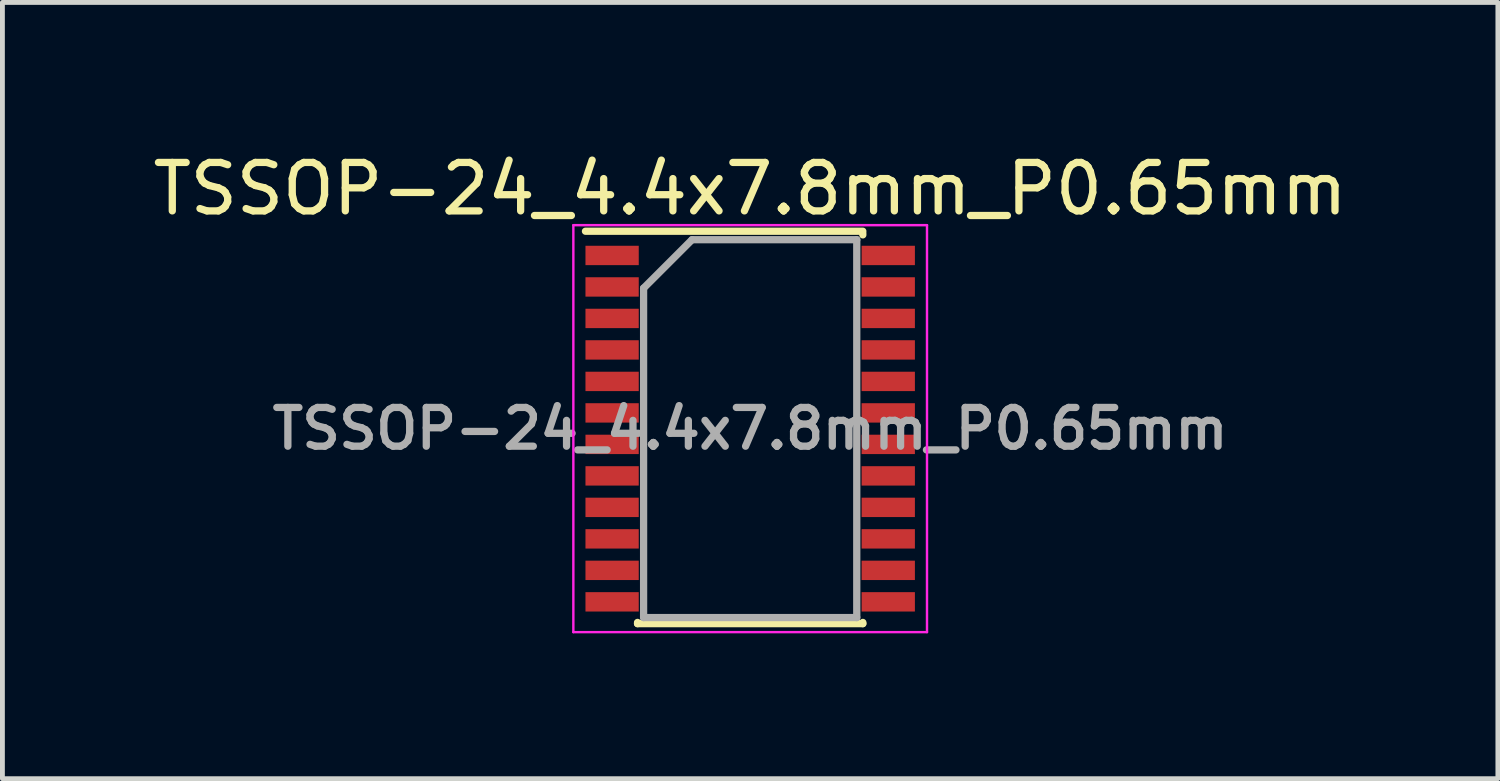
<source format=kicad_pcb>
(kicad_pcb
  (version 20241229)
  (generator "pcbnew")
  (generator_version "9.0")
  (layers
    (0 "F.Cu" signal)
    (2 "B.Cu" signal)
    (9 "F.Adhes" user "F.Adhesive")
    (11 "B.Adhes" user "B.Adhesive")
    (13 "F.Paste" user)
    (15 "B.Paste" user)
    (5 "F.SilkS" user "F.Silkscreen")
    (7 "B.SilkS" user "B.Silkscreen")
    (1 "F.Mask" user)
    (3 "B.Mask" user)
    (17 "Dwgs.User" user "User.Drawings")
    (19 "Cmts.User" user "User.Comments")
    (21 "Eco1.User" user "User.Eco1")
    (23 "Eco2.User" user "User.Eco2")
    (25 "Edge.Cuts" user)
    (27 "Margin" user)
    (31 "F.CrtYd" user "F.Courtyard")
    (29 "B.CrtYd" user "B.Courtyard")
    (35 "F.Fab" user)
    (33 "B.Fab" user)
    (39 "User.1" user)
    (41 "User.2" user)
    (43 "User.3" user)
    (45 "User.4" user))
  (footprint "TSSOP-24_4.4x7.8mm_P0.65mm"
    (layer "F.Cu")
    (at 12.435 5.798)
    (property "Reference" "TSSOP-24_4.4x7.8mm_P0.65mm" (at 0 -4.95 0) (layer "F.SilkS") (effects (font (size 1 1) (thickness 0.15))))
    (attr smd)
    (fp_line (start -3.4 -4.075) (end 2.325 -4.075) (stroke (width 0.15) (type solid)) (layer "F.SilkS"))
    (fp_line (start -2.325 4.025) (end -2.325 4) (stroke (width 0.15) (type solid)) (layer "F.SilkS"))
    (fp_line (start -2.325 4.025) (end 2.325 4.025) (stroke (width 0.15) (type solid)) (layer "F.SilkS"))
    (fp_line (start 2.325 -4.025) (end 2.325 -4) (stroke (width 0.15) (type solid)) (layer "F.SilkS"))
    (fp_line (start 2.325 4.025) (end 2.325 4) (stroke (width 0.15) (type solid)) (layer "F.SilkS"))
    (fp_line (start -3.65 -4.2) (end -3.65 4.2) (stroke (width 0.05) (type solid)) (layer "F.CrtYd"))
    (fp_line (start -3.65 -4.2) (end 3.65 -4.2) (stroke (width 0.05) (type solid)) (layer "F.CrtYd"))
    (fp_line (start -3.65 4.2) (end 3.65 4.2) (stroke (width 0.05) (type solid)) (layer "F.CrtYd"))
    (fp_line (start 3.65 -4.2) (end 3.65 4.2) (stroke (width 0.05) (type solid)) (layer "F.CrtYd"))
    (fp_line (start -2.2 -2.9) (end -1.2 -3.9) (stroke (width 0.15) (type solid)) (layer "F.Fab"))
    (fp_line (start -2.2 3.9) (end -2.2 -2.9) (stroke (width 0.15) (type solid)) (layer "F.Fab"))
    (fp_line (start -1.2 -3.9) (end 2.2 -3.9) (stroke (width 0.15) (type solid)) (layer "F.Fab"))
    (fp_line (start 2.2 -3.9) (end 2.2 3.9) (stroke (width 0.15) (type solid)) (layer "F.Fab"))
    (fp_line (start 2.2 3.9) (end -2.2 3.9) (stroke (width 0.15) (type solid)) (layer "F.Fab"))
    (fp_text user "${REFERENCE}" (at 0 0 0) (layer "F.Fab") (effects (font (size 0.8 0.8) (thickness 0.15))))
    (pad "1" smd rect (at -2.85 -3.575) (size 1.1 0.4) (layers "F.Cu" "F.Mask" "F.Paste"))
    (pad "2" smd rect (at -2.85 -2.925) (size 1.1 0.4) (layers "F.Cu" "F.Mask" "F.Paste"))
    (pad "3" smd rect (at -2.85 -2.275) (size 1.1 0.4) (layers "F.Cu" "F.Mask" "F.Paste"))
    (pad "4" smd rect (at -2.85 -1.625) (size 1.1 0.4) (layers "F.Cu" "F.Mask" "F.Paste"))
    (pad "5" smd rect (at -2.85 -0.975) (size 1.1 0.4) (layers "F.Cu" "F.Mask" "F.Paste"))
    (pad "6" smd rect (at -2.85 -0.325) (size 1.1 0.4) (layers "F.Cu" "F.Mask" "F.Paste"))
    (pad "7" smd rect (at -2.85 0.325) (size 1.1 0.4) (layers "F.Cu" "F.Mask" "F.Paste"))
    (pad "8" smd rect (at -2.85 0.975) (size 1.1 0.4) (layers "F.Cu" "F.Mask" "F.Paste"))
    (pad "9" smd rect (at -2.85 1.625) (size 1.1 0.4) (layers "F.Cu" "F.Mask" "F.Paste"))
    (pad "10" smd rect (at -2.85 2.275) (size 1.1 0.4) (layers "F.Cu" "F.Mask" "F.Paste"))
    (pad "11" smd rect (at -2.85 2.925) (size 1.1 0.4) (layers "F.Cu" "F.Mask" "F.Paste"))
    (pad "12" smd rect (at -2.85 3.575) (size 1.1 0.4) (layers "F.Cu" "F.Mask" "F.Paste"))
    (pad "13" smd rect (at 2.85 3.575) (size 1.1 0.4) (layers "F.Cu" "F.Mask" "F.Paste"))
    (pad "14" smd rect (at 2.85 2.925) (size 1.1 0.4) (layers "F.Cu" "F.Mask" "F.Paste"))
    (pad "15" smd rect (at 2.85 2.275) (size 1.1 0.4) (layers "F.Cu" "F.Mask" "F.Paste"))
    (pad "16" smd rect (at 2.85 1.625) (size 1.1 0.4) (layers "F.Cu" "F.Mask" "F.Paste"))
    (pad "17" smd rect (at 2.85 0.975) (size 1.1 0.4) (layers "F.Cu" "F.Mask" "F.Paste"))
    (pad "18" smd rect (at 2.85 0.325) (size 1.1 0.4) (layers "F.Cu" "F.Mask" "F.Paste"))
    (pad "19" smd rect (at 2.85 -0.325) (size 1.1 0.4) (layers "F.Cu" "F.Mask" "F.Paste"))
    (pad "20" smd rect (at 2.85 -0.975) (size 1.1 0.4) (layers "F.Cu" "F.Mask" "F.Paste"))
    (pad "21" smd rect (at 2.85 -1.625) (size 1.1 0.4) (layers "F.Cu" "F.Mask" "F.Paste"))
    (pad "22" smd rect (at 2.85 -2.275) (size 1.1 0.4) (layers "F.Cu" "F.Mask" "F.Paste"))
    (pad "23" smd rect (at 2.85 -2.925) (size 1.1 0.4) (layers "F.Cu" "F.Mask" "F.Paste"))
    (pad "24" smd rect (at 2.85 -3.575) (size 1.1 0.4) (layers "F.Cu" "F.Mask" "F.Paste")))
  (gr_rect
    (start -3 -3)
    (end 27.869 13.023)
    (stroke (width 0.1) (type default))
    (fill no)
    (layer "Edge.Cuts")))
</source>
